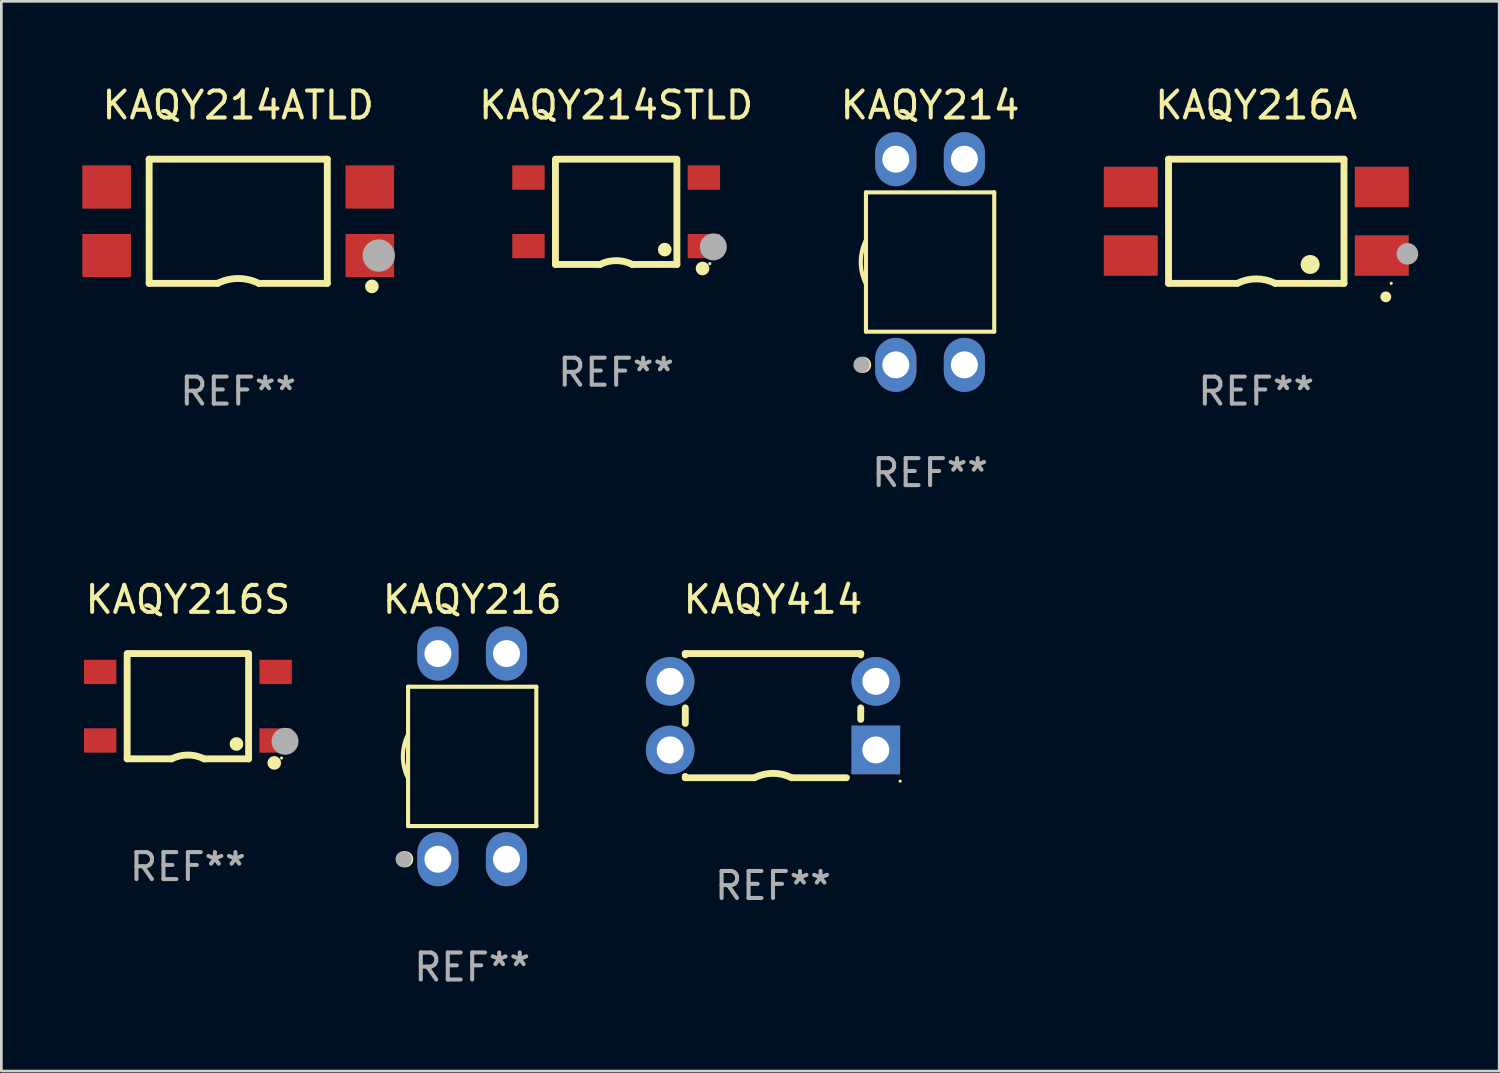
<source format=kicad_pcb>
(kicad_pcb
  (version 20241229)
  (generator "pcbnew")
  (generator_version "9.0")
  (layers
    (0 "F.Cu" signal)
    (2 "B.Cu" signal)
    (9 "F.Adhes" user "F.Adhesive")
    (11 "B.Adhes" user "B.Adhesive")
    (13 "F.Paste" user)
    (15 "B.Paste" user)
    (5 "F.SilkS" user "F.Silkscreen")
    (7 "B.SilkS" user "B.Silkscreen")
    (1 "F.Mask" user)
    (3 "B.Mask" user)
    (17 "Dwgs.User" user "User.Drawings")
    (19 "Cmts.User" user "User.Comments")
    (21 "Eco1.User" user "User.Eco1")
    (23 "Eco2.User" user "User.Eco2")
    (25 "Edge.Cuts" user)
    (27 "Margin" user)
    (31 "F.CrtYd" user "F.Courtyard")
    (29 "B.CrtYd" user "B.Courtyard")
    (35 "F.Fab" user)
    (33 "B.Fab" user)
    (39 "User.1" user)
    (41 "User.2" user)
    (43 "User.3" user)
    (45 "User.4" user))
  (footprint "KAQY414"
    (layer "F.Cu")
    (at 25.59 23.465)
    (property "Reference" "KAQY414" (at 0 -4.3 0) (layer "F.SilkS") (effects (font (size 1 1) (thickness 0.15))))
    (attr through_hole)
    (fp_line (start -3.25 -2.3) (end 3.25 -2.3) (stroke (width 0.254) (type solid)) (layer "F.SilkS"))
    (fp_line (start -3.25 -2.252) (end -3.25 -2.3) (stroke (width 0.254) (type solid)) (layer "F.SilkS"))
    (fp_line (start -3.25 0.288) (end -3.25 -0.288) (stroke (width 0.254) (type solid)) (layer "F.SilkS"))
    (fp_line (start -3.25 2.3) (end -3.25 2.252) (stroke (width 0.254) (type solid)) (layer "F.SilkS"))
    (fp_line (start -3.25 2.3) (end -0.689 2.3) (stroke (width 0.254) (type solid)) (layer "F.SilkS"))
    (fp_line (start 2.719 2.3) (end 0.689 2.3) (stroke (width 0.254) (type solid)) (layer "F.SilkS"))
    (fp_line (start 3.25 -2.3) (end 3.25 -2.252) (stroke (width 0.254) (type solid)) (layer "F.SilkS"))
    (fp_line (start 3.25 -0.288) (end 3.25 0.139) (stroke (width 0.254) (type solid)) (layer "F.SilkS"))
    (fp_arc (start -0.689357 2.3) (mid 0.000655 2.137964) (end 0.690374 2.301245) (stroke (width 0.254001) (type solid)) (layer "F.SilkS"))
    (fp_circle (center 4.71 2.427) (end 4.74 2.427) (stroke (width 0.06) (type solid)) (fill no) (layer "F.SilkS"))
    (fp_text user "REF**" (at 0 6.3 0) (layer "F.Fab") (effects (font (size 1 1) (thickness 0.15))))
    (pad "1" thru_hole rect (at 3.81 1.27 180) (size 1.8 1.8) (drill 1) (layers "*.Cu" "*.Mask"))
    (pad "2" thru_hole circle (at 3.81 -1.27) (size 1.8 1.8) (drill 1) (layers "*.Cu" "*.Mask"))
    (pad "3" thru_hole circle (at -3.81 -1.27) (size 1.8 1.8) (drill 1) (layers "*.Cu" "*.Mask"))
    (pad "4" thru_hole circle (at -3.81 1.27) (size 1.8 1.8) (drill 1) (layers "*.Cu" "*.Mask")))
  (footprint "KAQY216"
    (layer "F.Cu")
    (at 14.445 24.975)
    (property "Reference" "KAQY216" (at 0 -5.81 0) (layer "F.SilkS") (effects (font (size 1 1) (thickness 0.15))))
    (attr through_hole)
    (fp_line (start -2.376 -2.581) (end 2.376 -2.581) (stroke (width 0.152) (type solid)) (layer "F.SilkS"))
    (fp_line (start -2.376 2.581) (end -2.376 -2.581) (stroke (width 0.152) (type solid)) (layer "F.SilkS"))
    (fp_line (start 2.376 -2.581) (end 2.376 2.581) (stroke (width 0.152) (type solid)) (layer "F.SilkS"))
    (fp_line (start 2.376 2.581) (end -2.376 2.581) (stroke (width 0.152) (type solid)) (layer "F.SilkS"))
    (fp_arc (start -2.3762 0.812496) (mid -2.568004 0) (end -2.3762 -0.812497) (stroke (width 0.1524) (type solid)) (layer "F.SilkS"))
    (fp_circle (center -2.484 3.81) (end -2.334 3.81) (stroke (width 0.3) (type solid)) (fill no) (layer "F.SilkS"))
    (fp_circle (center -2.3 3.935) (end -2.27 3.935) (stroke (width 0.06) (type solid)) (fill no) (layer "F.SilkS"))
    (fp_circle (center -2.54 3.81) (end -2.39 3.81) (stroke (width 0.3) (type solid)) (fill no) (layer "F.Fab"))
    (fp_text user "REF**" (at 0 7.81 0) (layer "F.Fab") (effects (font (size 1 1) (thickness 0.15))))
    (pad "1" thru_hole oval (at -1.27 3.81) (size 1.524 2) (drill 1) (layers "*.Cu" "*.Mask"))
    (pad "2" thru_hole oval (at 1.27 3.81) (size 1.524 2) (drill 1) (layers "*.Cu" "*.Mask"))
    (pad "3" thru_hole oval (at 1.27 -3.81) (size 1.524 2) (drill 1) (layers "*.Cu" "*.Mask"))
    (pad "4" thru_hole oval (at -1.27 -3.81) (size 1.524 2) (drill 1) (layers "*.Cu" "*.Mask")))
  (footprint "KAQY216A"
    (layer "F.Cu")
    (at 43.495 5.148)
    (property "Reference" "KAQY216A" (at 0 -4.3 0) (layer "F.SilkS") (effects (font (size 1 1) (thickness 0.15))))
    (attr through_hole)
    (fp_line (start -3.25 -2.3) (end 3.25 -2.3) (stroke (width 0.254) (type solid)) (layer "F.SilkS"))
    (fp_line (start -3.25 2.3) (end -3.25 -2.3) (stroke (width 0.254) (type solid)) (layer "F.SilkS"))
    (fp_line (start -3.25 2.3) (end -0.7 2.3) (stroke (width 0.254) (type solid)) (layer "F.SilkS"))
    (fp_line (start 3.25 -2.3) (end 3.25 2.3) (stroke (width 0.254) (type solid)) (layer "F.SilkS"))
    (fp_line (start 3.25 2.3) (end 0.7 2.3) (stroke (width 0.254) (type solid)) (layer "F.SilkS"))
    (fp_arc (start -0.700051 2.300013) (mid 0.000577 2.135243) (end 0.70099 2.300927) (stroke (width 0.254001) (type solid)) (layer "F.SilkS"))
    (fp_arc (start 1.993878 1.600216) (mid 1.996406 1.600207) (end 1.998933 1.600216) (stroke (width 0.700003) (type solid)) (layer "F.SilkS"))
    (fp_arc (start 4.797435 2.800013) (mid 4.798705 2.800009) (end 4.799975 2.800013) (stroke (width 0.4) (type solid)) (layer "F.SilkS"))
    (fp_circle (center 5 2.3) (end 5.03 2.3) (stroke (width 0.06) (type solid)) (fill no) (layer "F.SilkS"))
    (fp_circle (center 5.6 1.208) (end 5.8 1.208) (stroke (width 0.4) (type solid)) (fill no) (layer "F.Fab"))
    (fp_text user "REF**" (at 0 6.3 0) (layer "F.Fab") (effects (font (size 1 1) (thickness 0.15))))
    (pad "1" smd rect (at 4.65 1.27 270) (size 1.5 2) (layers "F.Cu" "F.Mask" "F.Paste"))
    (pad "2" smd rect (at 4.65 -1.27 270) (size 1.5 2) (layers "F.Cu" "F.Mask" "F.Paste"))
    (pad "3" smd rect (at -4.65 -1.27 270) (size 1.5 2) (layers "F.Cu" "F.Mask" "F.Paste"))
    (pad "4" smd rect (at -4.65 1.27 270) (size 1.5 2) (layers "F.Cu" "F.Mask" "F.Paste")))
  (footprint "KAQY216S"
    (layer "F.Cu")
    (at 3.911 23.115)
    (property "Reference" "KAQY216S" (at 0 -3.95 0) (layer "F.SilkS") (effects (font (size 1 1) (thickness 0.15))))
    (attr through_hole)
    (fp_line (start -2.25 1.95) (end -2.25 -1.95) (stroke (width 0.254) (type solid)) (layer "F.SilkS"))
    (fp_line (start -2.25 1.95) (end -0.6 1.95) (stroke (width 0.254) (type solid)) (layer "F.SilkS"))
    (fp_line (start -2.2 -1.95) (end 2.2 -1.95) (stroke (width 0.254) (type solid)) (layer "F.SilkS"))
    (fp_line (start 2.25 -1.95) (end 2.25 1.95) (stroke (width 0.254) (type solid)) (layer "F.SilkS"))
    (fp_line (start 2.25 1.95) (end 0.6 1.95) (stroke (width 0.254) (type solid)) (layer "F.SilkS"))
    (fp_arc (start -0.6 1.949962) (mid -0.00019 1.808889) (end 0.599441 1.950724) (stroke (width 0.254001) (type solid)) (layer "F.SilkS"))
    (fp_circle (center 1.8 1.4) (end 1.927 1.4) (stroke (width 0.254) (type solid)) (fill no) (layer "F.SilkS"))
    (fp_circle (center 3.2 2.1) (end 3.327 2.1) (stroke (width 0.254) (type solid)) (fill no) (layer "F.SilkS"))
    (fp_circle (center 3.47 1.92) (end 3.5 1.92) (stroke (width 0.06) (type solid)) (fill no) (layer "F.SilkS"))
    (fp_circle (center 3.6 1.3) (end 3.85 1.3) (stroke (width 0.5) (type solid)) (fill no) (layer "F.Fab"))
    (fp_text user "REF**" (at 0 5.95 0) (layer "F.Fab") (effects (font (size 1 1) (thickness 0.15))))
    (pad "1" smd rect (at 3.25 1.27 180) (size 1.199 0.9) (layers "F.Cu" "F.Mask" "F.Paste"))
    (pad "2" smd rect (at 3.25 -1.27 180) (size 1.199 0.9) (layers "F.Cu" "F.Mask" "F.Paste"))
    (pad "3" smd rect (at -3.25 -1.27 180) (size 1.199 0.9) (layers "F.Cu" "F.Mask" "F.Paste"))
    (pad "4" smd rect (at -3.25 1.27 180) (size 1.199 0.9) (layers "F.Cu" "F.Mask" "F.Paste")))
  (footprint "KAQY214ATLD"
    (layer "F.Cu")
    (at 5.776 5.148)
    (property "Reference" "KAQY214ATLD" (at 0 -4.3 0) (layer "F.SilkS") (effects (font (size 1 1) (thickness 0.15))))
    (attr through_hole)
    (fp_line (start -3.3 -2.3) (end 3.3 -2.3) (stroke (width 0.254) (type solid)) (layer "F.SilkS"))
    (fp_line (start -3.3 2.3) (end -3.3 -2.3) (stroke (width 0.254) (type solid)) (layer "F.SilkS"))
    (fp_line (start -3.3 2.3) (end -0.762 2.3) (stroke (width 0.254) (type solid)) (layer "F.SilkS"))
    (fp_line (start 3.3 -2.3) (end 3.3 2.3) (stroke (width 0.254) (type solid)) (layer "F.SilkS"))
    (fp_line (start 3.3 2.3) (end 0.762 2.3) (stroke (width 0.254) (type solid)) (layer "F.SilkS"))
    (fp_arc (start -0.761976 2.300025) (mid 0.000169 2.120943) (end 0.762027 2.301244) (stroke (width 0.254001) (type solid)) (layer "F.SilkS"))
    (fp_circle (center 4.953 2.413) (end 5.08 2.413) (stroke (width 0.254) (type solid)) (fill no) (layer "F.SilkS"))
    (fp_circle (center 5 2.3) (end 5.03 2.3) (stroke (width 0.06) (type solid)) (fill no) (layer "F.SilkS"))
    (fp_arc (start 5.334138 1.270104) (mid 5.461138 1.240123) (end 5.588139 1.270104) (stroke (width 0.254001) (type solid)) (layer "F.Fab"))
    (fp_circle (center 5.207 1.27) (end 5.507 1.27) (stroke (width 0.6) (type solid)) (fill no) (layer "F.Fab"))
    (fp_text user "REF**" (at 0 6.3 0) (layer "F.Fab") (effects (font (size 1 1) (thickness 0.15))))
    (pad "1" smd rect (at 4.876 1.27) (size 1.8 1.6) (layers "F.Cu" "F.Mask" "F.Paste"))
    (pad "2" smd rect (at 4.876 -1.27) (size 1.8 1.6) (layers "F.Cu" "F.Mask" "F.Paste"))
    (pad "3" smd rect (at -4.876 -1.27) (size 1.8 1.6) (layers "F.Cu" "F.Mask" "F.Paste"))
    (pad "4" smd rect (at -4.876 1.27) (size 1.8 1.6) (layers "F.Cu" "F.Mask" "F.Paste")))
  (footprint "KAQY214STLD"
    (layer "F.Cu")
    (at 19.779 4.798)
    (property "Reference" "KAQY214STLD" (at 0 -3.95 0) (layer "F.SilkS") (effects (font (size 1 1) (thickness 0.15))))
    (attr through_hole)
    (fp_line (start -2.25 1.95) (end -2.25 -1.95) (stroke (width 0.254) (type solid)) (layer "F.SilkS"))
    (fp_line (start -2.25 1.95) (end -0.6 1.95) (stroke (width 0.254) (type solid)) (layer "F.SilkS"))
    (fp_line (start -2.2 -1.95) (end 2.2 -1.95) (stroke (width 0.254) (type solid)) (layer "F.SilkS"))
    (fp_line (start 2.25 -1.95) (end 2.25 1.95) (stroke (width 0.254) (type solid)) (layer "F.SilkS"))
    (fp_line (start 2.25 1.95) (end 0.6 1.95) (stroke (width 0.254) (type solid)) (layer "F.SilkS"))
    (fp_arc (start -0.6 1.949962) (mid -0.00019 1.808889) (end 0.599441 1.950724) (stroke (width 0.254001) (type solid)) (layer "F.SilkS"))
    (fp_circle (center 1.8 1.4) (end 1.927 1.4) (stroke (width 0.254) (type solid)) (fill no) (layer "F.SilkS"))
    (fp_circle (center 3.2 2.1) (end 3.327 2.1) (stroke (width 0.254) (type solid)) (fill no) (layer "F.SilkS"))
    (fp_circle (center 3.47 1.92) (end 3.5 1.92) (stroke (width 0.06) (type solid)) (fill no) (layer "F.SilkS"))
    (fp_circle (center 3.6 1.3) (end 3.85 1.3) (stroke (width 0.5) (type solid)) (fill no) (layer "F.Fab"))
    (fp_text user "REF**" (at 0 5.95 0) (layer "F.Fab") (effects (font (size 1 1) (thickness 0.15))))
    (pad "1" smd rect (at 3.25 1.27 180) (size 1.199 0.9) (layers "F.Cu" "F.Mask" "F.Paste"))
    (pad "2" smd rect (at 3.25 -1.27 180) (size 1.199 0.9) (layers "F.Cu" "F.Mask" "F.Paste"))
    (pad "3" smd rect (at -3.25 -1.27 180) (size 1.199 0.9) (layers "F.Cu" "F.Mask" "F.Paste"))
    (pad "4" smd rect (at -3.25 1.27 180) (size 1.199 0.9) (layers "F.Cu" "F.Mask" "F.Paste")))
  (footprint "KAQY214"
    (layer "F.Cu")
    (at 31.41 6.658)
    (property "Reference" "KAQY214" (at 0 -5.81 0) (layer "F.SilkS") (effects (font (size 1 1) (thickness 0.15))))
    (attr through_hole)
    (fp_line (start -2.376 -2.581) (end 2.376 -2.581) (stroke (width 0.152) (type solid)) (layer "F.SilkS"))
    (fp_line (start -2.376 2.581) (end -2.376 -2.581) (stroke (width 0.152) (type solid)) (layer "F.SilkS"))
    (fp_line (start 2.376 -2.581) (end 2.376 2.581) (stroke (width 0.152) (type solid)) (layer "F.SilkS"))
    (fp_line (start 2.376 2.581) (end -2.376 2.581) (stroke (width 0.152) (type solid)) (layer "F.SilkS"))
    (fp_arc (start -2.3762 0.812496) (mid -2.568004 0) (end -2.3762 -0.812497) (stroke (width 0.1524) (type solid)) (layer "F.SilkS"))
    (fp_circle (center -2.484 3.81) (end -2.334 3.81) (stroke (width 0.3) (type solid)) (fill no) (layer "F.SilkS"))
    (fp_circle (center -2.3 3.935) (end -2.27 3.935) (stroke (width 0.06) (type solid)) (fill no) (layer "F.SilkS"))
    (fp_circle (center -2.54 3.81) (end -2.39 3.81) (stroke (width 0.3) (type solid)) (fill no) (layer "F.Fab"))
    (fp_text user "REF**" (at 0 7.81 0) (layer "F.Fab") (effects (font (size 1 1) (thickness 0.15))))
    (pad "1" thru_hole oval (at -1.27 3.81) (size 1.524 2) (drill 1) (layers "*.Cu" "*.Mask"))
    (pad "2" thru_hole oval (at 1.27 3.81) (size 1.524 2) (drill 1) (layers "*.Cu" "*.Mask"))
    (pad "3" thru_hole oval (at 1.27 -3.81) (size 1.524 2) (drill 1) (layers "*.Cu" "*.Mask"))
    (pad "4" thru_hole oval (at -1.27 -3.81) (size 1.524 2) (drill 1) (layers "*.Cu" "*.Mask")))
  (gr_rect
    (start -3 -3)
    (end 52.494 36.633)
    (stroke (width 0.1) (type default))
    (fill no)
    (layer "Edge.Cuts")))
</source>
